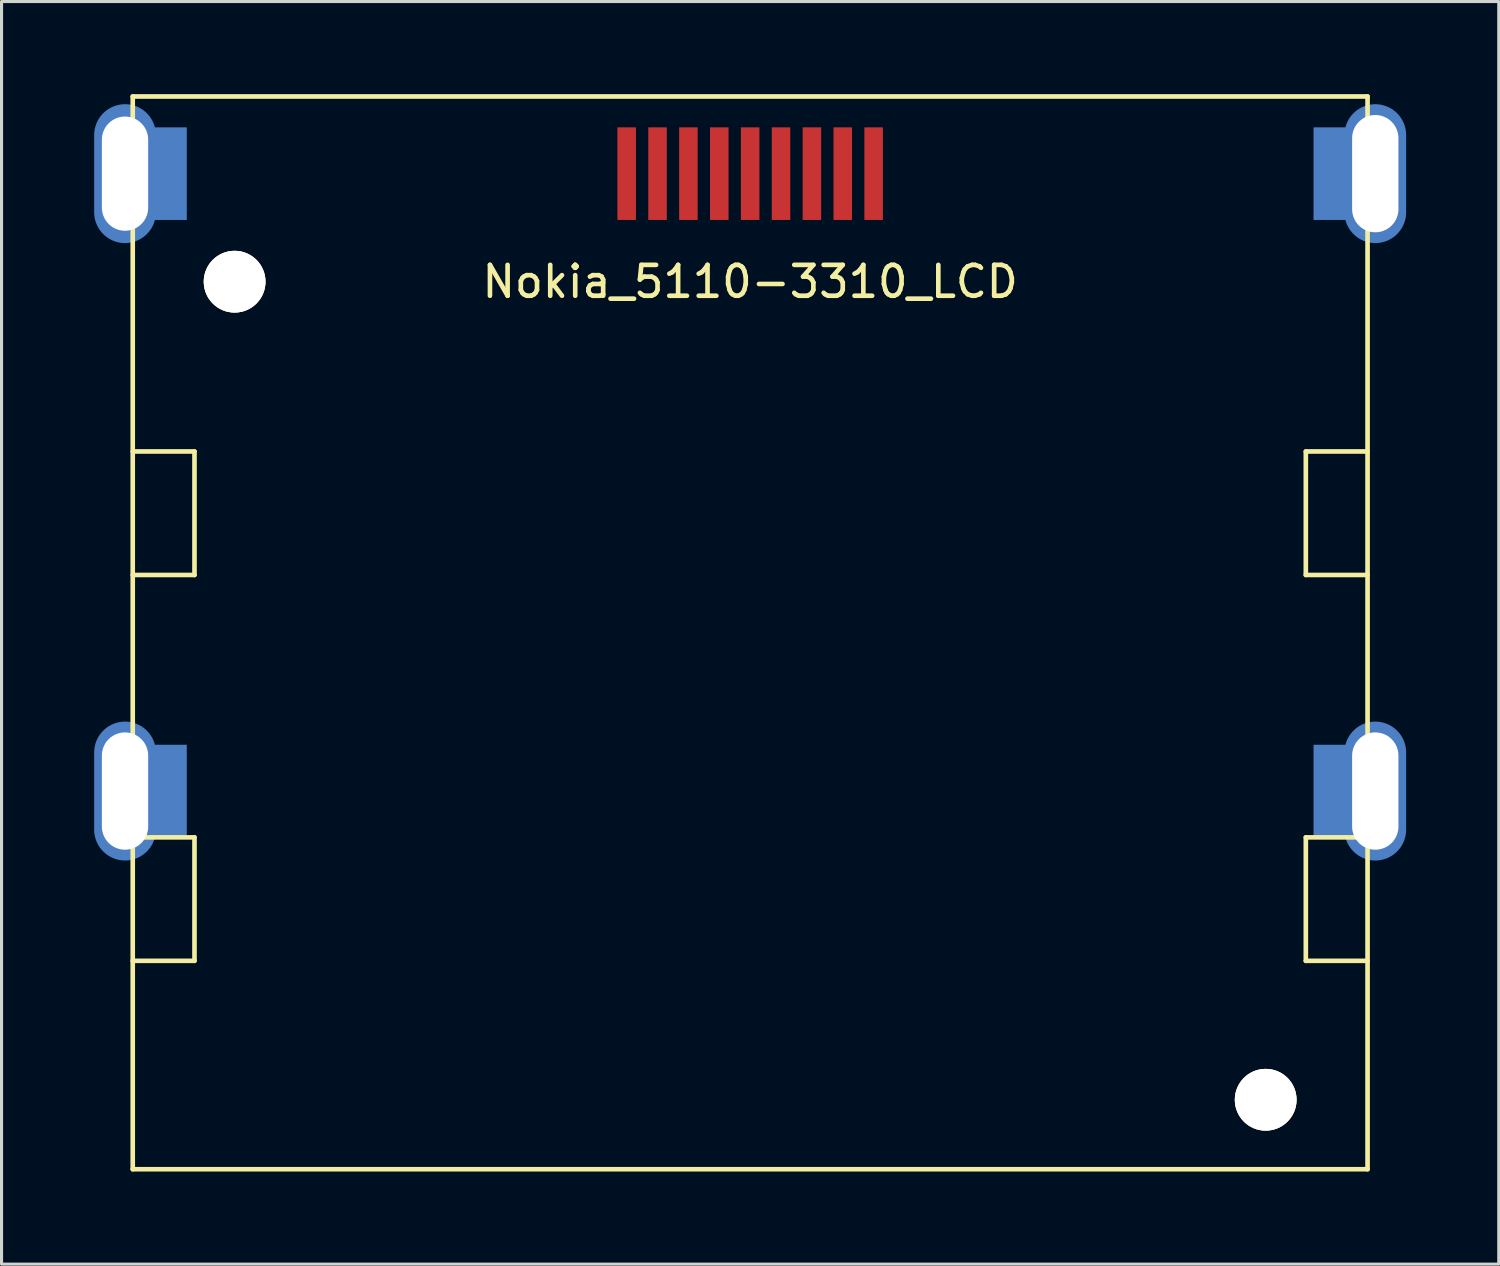
<source format=kicad_pcb>
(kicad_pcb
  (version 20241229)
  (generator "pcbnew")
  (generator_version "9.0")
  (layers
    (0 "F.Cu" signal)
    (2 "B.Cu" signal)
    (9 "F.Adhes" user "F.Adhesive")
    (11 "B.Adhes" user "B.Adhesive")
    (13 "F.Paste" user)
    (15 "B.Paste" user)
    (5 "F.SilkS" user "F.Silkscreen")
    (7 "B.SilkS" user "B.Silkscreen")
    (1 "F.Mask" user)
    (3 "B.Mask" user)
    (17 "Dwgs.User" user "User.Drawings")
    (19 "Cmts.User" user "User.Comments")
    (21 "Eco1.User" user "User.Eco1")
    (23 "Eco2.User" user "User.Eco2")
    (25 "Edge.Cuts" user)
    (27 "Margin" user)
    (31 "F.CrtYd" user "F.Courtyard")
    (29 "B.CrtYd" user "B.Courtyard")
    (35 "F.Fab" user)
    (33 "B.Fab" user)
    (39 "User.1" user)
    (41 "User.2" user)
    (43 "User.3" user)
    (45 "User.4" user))
  (footprint "Nokia_5110-3310_LCD"
    (layer "F.Cu")
    (at 21.25 17.575)
    (property "Reference" "Nokia_5110-3310_LCD" (at 0 -11.5 0) (layer "F.SilkS") (effects (font (size 1 1) (thickness 0.15))))
    (attr through_hole)
    (fp_line (start -20 -17.5) (end -20 17.25) (stroke (width 0.15) (type solid)) (layer "F.SilkS"))
    (fp_line (start -20 -17.5) (end 20 -17.5) (stroke (width 0.15) (type solid)) (layer "F.SilkS"))
    (fp_line (start -20 -6) (end -18 -6) (stroke (width 0.15) (type solid)) (layer "F.SilkS"))
    (fp_line (start -20 6.5) (end -18 6.5) (stroke (width 0.15) (type solid)) (layer "F.SilkS"))
    (fp_line (start -18 -6) (end -18 -2) (stroke (width 0.15) (type solid)) (layer "F.SilkS"))
    (fp_line (start -18 -2) (end -20 -2) (stroke (width 0.15) (type solid)) (layer "F.SilkS"))
    (fp_line (start -18 6.5) (end -18 10.5) (stroke (width 0.15) (type solid)) (layer "F.SilkS"))
    (fp_line (start -18 10.5) (end -20 10.5) (stroke (width 0.15) (type solid)) (layer "F.SilkS"))
    (fp_line (start 18 -6) (end 18 -2) (stroke (width 0.15) (type solid)) (layer "F.SilkS"))
    (fp_line (start 18 -2) (end 20 -2) (stroke (width 0.15) (type solid)) (layer "F.SilkS"))
    (fp_line (start 18 6.5) (end 18 10.5) (stroke (width 0.15) (type solid)) (layer "F.SilkS"))
    (fp_line (start 18 10.5) (end 20 10.5) (stroke (width 0.15) (type solid)) (layer "F.SilkS"))
    (fp_line (start 20 -17.5) (end 20 17.25) (stroke (width 0.15) (type solid)) (layer "F.SilkS"))
    (fp_line (start 20 -6) (end 18 -6) (stroke (width 0.15) (type solid)) (layer "F.SilkS"))
    (fp_line (start 20 6.5) (end 18 6.5) (stroke (width 0.15) (type solid)) (layer "F.SilkS"))
    (fp_line (start 20 17.25) (end -20 17.25) (stroke (width 0.15) (type solid)) (layer "F.SilkS"))
    (pad "" np_thru_hole oval (at -20.25 -15) (size 2 4.5) (drill oval 1.5 3.7) (layers "*.Mask" "B.Cu"))
    (pad "" np_thru_hole oval (at -20.25 5) (size 2 4.5) (drill oval 1.5 3.8) (layers "*.Mask" "B.Cu"))
    (pad "" smd rect (at -19 -15) (size 1.5 3) (layers "B.Cu" "B.Mask"))
    (pad "" smd rect (at -19 5) (size 1.5 3) (layers "B.Cu" "B.Mask"))
    (pad "" thru_hole circle (at -16.7 -11.5) (size 2 2) (drill 2) (layers "*.Cu" "*.Mask" "F.SilkS"))
    (pad "" thru_hole circle (at 16.7 15) (size 2 2) (drill 2) (layers "*.Cu" "*.Mask" "F.SilkS"))
    (pad "" smd rect (at 19 -15) (size 1.5 3) (layers "B.Cu" "B.Mask"))
    (pad "" smd rect (at 19 5) (size 1.5 3) (layers "B.Cu" "B.Mask"))
    (pad "" np_thru_hole oval (at 20.25 -15) (size 2 4.5) (drill oval 1.5 3.8) (layers "*.Mask" "B.Cu"))
    (pad "" np_thru_hole oval (at 20.25 5) (size 2 4.5) (drill oval 1.5 3.8) (layers "*.Mask" "B.Cu"))
    (pad "1" smd rect (at -4 -15) (size 0.6 3) (layers "F.Cu" "F.Mask"))
    (pad "2" smd rect (at -3 -15) (size 0.6 3) (layers "F.Cu" "F.Mask"))
    (pad "3" smd rect (at -2 -15) (size 0.6 3) (layers "F.Cu" "F.Mask"))
    (pad "4" smd rect (at -1 -15) (size 0.6 3) (layers "F.Cu" "F.Mask"))
    (pad "5" smd rect (at 0 -15) (size 0.6 3) (layers "F.Cu" "F.Mask"))
    (pad "6" smd rect (at 1 -15) (size 0.6 3) (layers "F.Cu" "F.Mask"))
    (pad "7" smd rect (at 2 -15) (size 0.6 3) (layers "F.Cu" "F.Mask"))
    (pad "8" smd rect (at 3 -15) (size 0.6 3) (layers "F.Cu" "F.Mask"))
    (pad "9" smd rect (at 4 -15) (size 0.6 3) (layers "F.Cu" "F.Mask")))
  (gr_rect
    (start -3 -3)
    (end 45.5 37.9)
    (stroke (width 0.1) (type default))
    (fill no)
    (layer "Edge.Cuts")))
</source>
